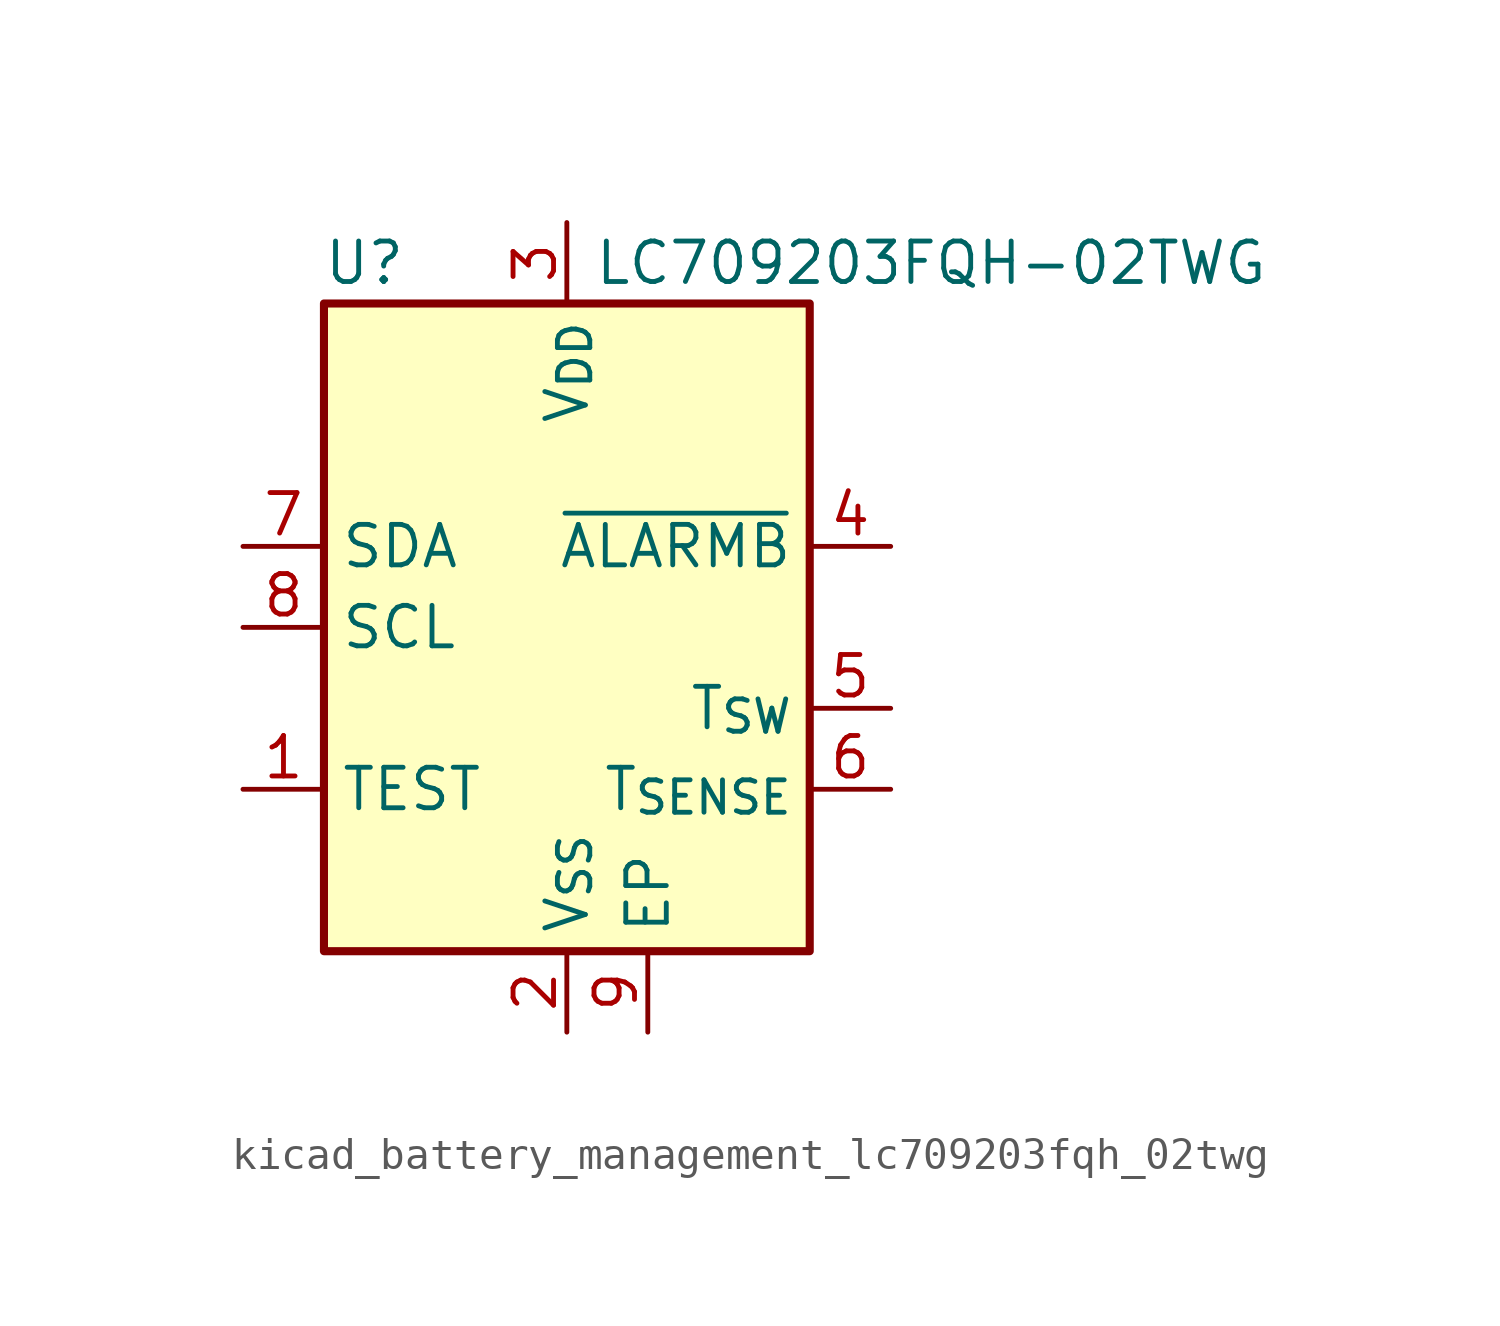
<source format=kicad_sym>
(kicad_symbol_lib
  (version 20220914)
  (generator kicad_symbol_editor)
  (symbol "kicad_battery_management_lc709203fqh_02twg"
    (property "Reference" "U"
      (at -6.35 11.43 0)
      (effects (font (size 1.27 1.27))))
    (property "Value" "LC709203FQH-02TWG"
      (at 11.43 11.43 0)
      (effects (font (size 1.27 1.27))))
    (symbol "kicad_battery_management_lc709203fqh_02twg_0_1"
      (rectangle (start -7.62 10.16) (end 7.62 -10.16) (stroke (width 0.254) (type default)) (fill (type background))))
    (symbol "kicad_battery_management_lc709203fqh_02twg_1_1"
      (pin input line (at -10.16 -5.08 0) (length 2.54) (name "TEST" (effects (font (size 1.27 1.27)))) (number "1" (effects (font (size 1.27 1.27)))))
      (pin power_in line (at 0 -12.7 90) (length 2.54) (name "V_{SS}" (effects (font (size 1.27 1.27)))) (number "2" (effects (font (size 1.27 1.27)))))
      (pin power_in line (at 0 12.7 270) (length 2.54) (name "V_{DD}" (effects (font (size 1.27 1.27)))) (number "3" (effects (font (size 1.27 1.27)))))
      (pin open_collector line (at 10.16 2.54 180) (length 2.54) (name "~{ALARMB}" (effects (font (size 1.27 1.27)))) (number "4" (effects (font (size 1.27 1.27)))))
      (pin output line (at 10.16 -2.54 180) (length 2.54) (name "T_{SW}" (effects (font (size 1.27 1.27)))) (number "5" (effects (font (size 1.27 1.27)))))
      (pin input line (at 10.16 -5.08 180) (length 2.54) (name "T_{SENSE}" (effects (font (size 1.27 1.27)))) (number "6" (effects (font (size 1.27 1.27)))))
      (pin bidirectional line (at -10.16 2.54 0) (length 2.54) (name "SDA" (effects (font (size 1.27 1.27)))) (number "7" (effects (font (size 1.27 1.27)))))
      (pin input line (at -10.16 0 0) (length 2.54) (name "SCL" (effects (font (size 1.27 1.27)))) (number "8" (effects (font (size 1.27 1.27)))))
      (pin passive line (at 2.54 -12.7 90) (length 2.54) (name "EP" (effects (font (size 1.27 1.27)))) (number "9" (effects (font (size 1.27 1.27))))))))
</source>
